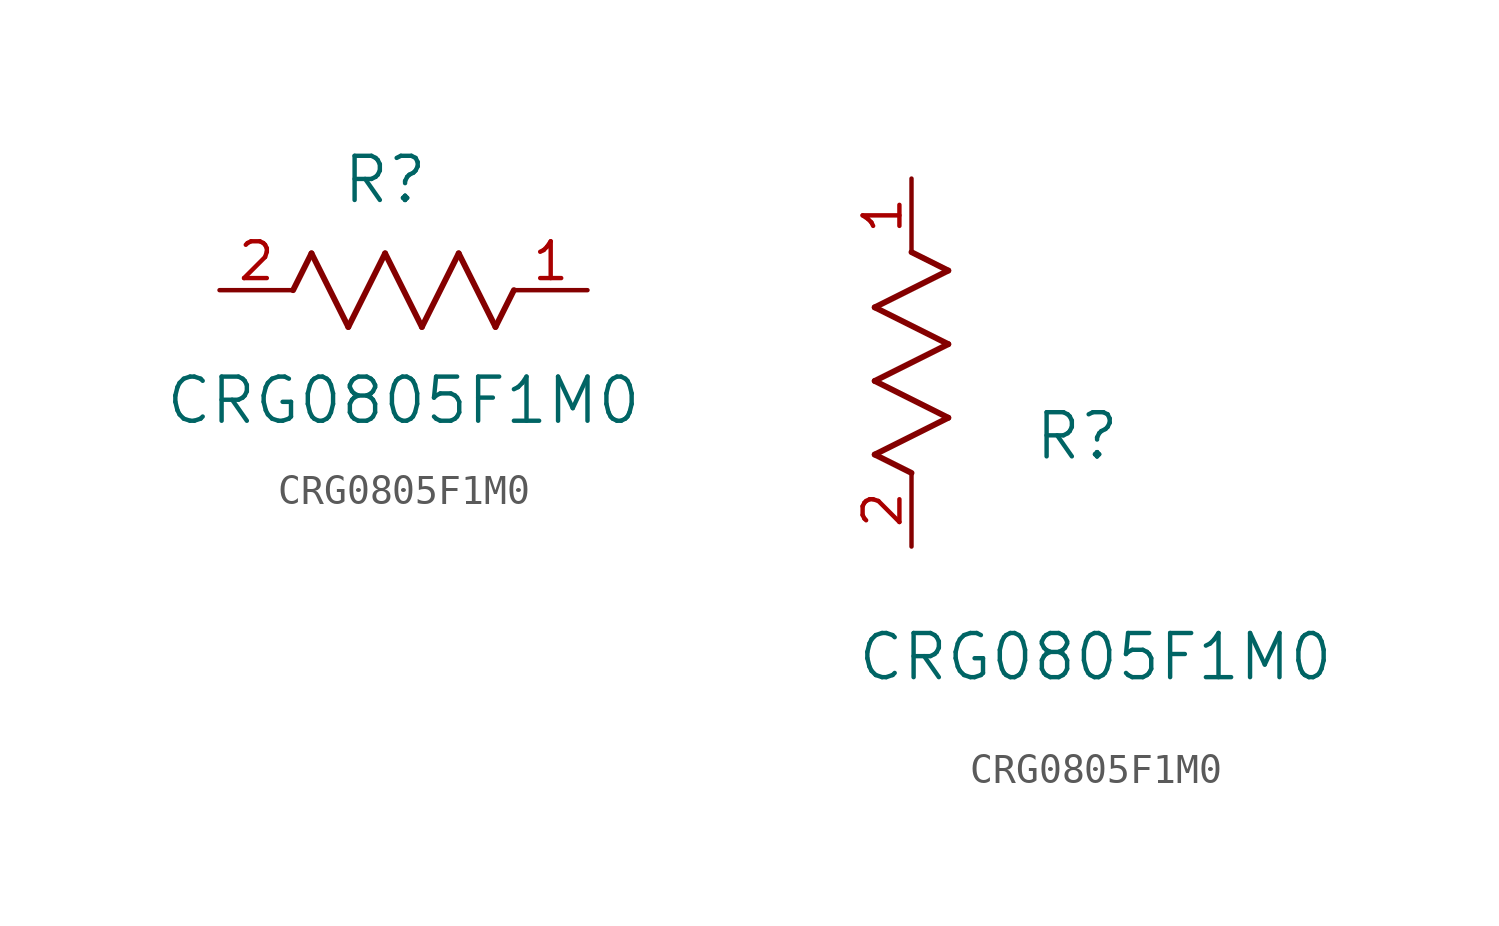
<source format=kicad_sym>
(kicad_symbol_lib
  (version 20211014)
  (generator kicad_symbol_editor)
  (symbol "CRG0805F1M0"
    (pin_names
      (offset 0.254))
    (property "Reference" "R"
      (at 5.715 3.81 0)
      (effects (font (size 1.524 1.524))))
    (property "Value" "CRG0805F1M0"
      (at 6.35 -3.81 0)
      (effects (font (size 1.524 1.524))))
    (symbol "CRG0805F1M0_1_1"
      (polyline (pts (xy 3.175 1.27) (xy 4.445 -1.27)) (stroke (width 0.203) (type default) (color 0 0 0 0)) (fill (type none)))
      (polyline (pts (xy 4.445 -1.27) (xy 5.715 1.27)) (stroke (width 0.203) (type default) (color 0 0 0 0)) (fill (type none)))
      (polyline (pts (xy 5.715 1.27) (xy 6.985 -1.27)) (stroke (width 0.203) (type default) (color 0 0 0 0)) (fill (type none)))
      (polyline (pts (xy 6.985 -1.27) (xy 8.255 1.27)) (stroke (width 0.203) (type default) (color 0 0 0 0)) (fill (type none)))
      (polyline (pts (xy 8.255 1.27) (xy 9.525 -1.27)) (stroke (width 0.203) (type default) (color 0 0 0 0)) (fill (type none)))
      (polyline (pts (xy 2.54 0) (xy 3.175 1.27)) (stroke (width 0.203) (type default) (color 0 0 0 0)) (fill (type none)))
      (polyline (pts (xy 9.525 -1.27) (xy 10.16 0)) (stroke (width 0.203) (type default) (color 0 0 0 0)) (fill (type none)))
      (pin unspecified line (at 0 0 0) (length 2.54) (name "" (effects (font (size 1.27 1.27)))) (number "2" (effects (font (size 1.27 1.27)))))
      (pin unspecified line (at 12.7 0 180) (length 2.54) (name "" (effects (font (size 1.27 1.27)))) (number "1" (effects (font (size 1.27 1.27))))))
    (symbol "CRG0805F1M0_1_2"
      (polyline (pts (xy 0 2.54) (xy -1.27 3.175)) (stroke (width 0.203) (type default) (color 0 0 0 0)) (fill (type none)))
      (polyline (pts (xy -1.27 3.175) (xy 1.27 4.445)) (stroke (width 0.203) (type default) (color 0 0 0 0)) (fill (type none)))
      (polyline (pts (xy 1.27 4.445) (xy -1.27 5.715)) (stroke (width 0.203) (type default) (color 0 0 0 0)) (fill (type none)))
      (polyline (pts (xy -1.27 5.715) (xy 1.27 6.985)) (stroke (width 0.203) (type default) (color 0 0 0 0)) (fill (type none)))
      (polyline (pts (xy -1.27 8.255) (xy 1.27 9.525)) (stroke (width 0.203) (type default) (color 0 0 0 0)) (fill (type none)))
      (polyline (pts (xy 1.27 9.525) (xy 0 10.16)) (stroke (width 0.203) (type default) (color 0 0 0 0)) (fill (type none)))
      (polyline (pts (xy 1.27 6.985) (xy -1.27 8.255)) (stroke (width 0.203) (type default) (color 0 0 0 0)) (fill (type none)))
      (pin unspecified line (at 0 0 90) (length 2.54) (name "" (effects (font (size 1.27 1.27)))) (number "2" (effects (font (size 1.27 1.27)))))
      (pin unspecified line (at 0 12.7 270) (length 2.54) (name "" (effects (font (size 1.27 1.27)))) (number "1" (effects (font (size 1.27 1.27))))))))
</source>
